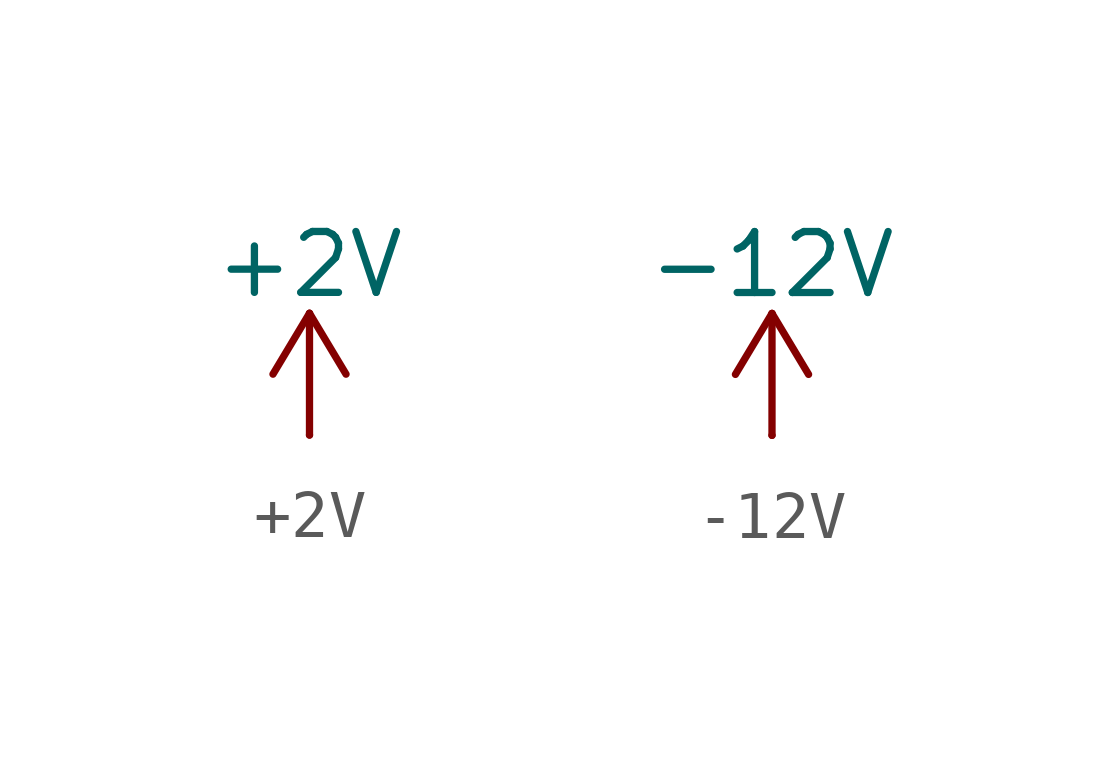
<source format=kicad_sym>
(kicad_symbol_lib
  (version 20241209)
  (generator "kicad_symbol_editor")
  (generator_version "9.0")
  (symbol "+2V"
    (power)
    (pin_numbers
      (hide yes))
    (pin_names
      (offset 0)
      (hide yes))
    (property "Reference" "#PWR"
      (at 0 -3.81 0)
      (effects (font (size 1.27 1.27)) (hide yes)))
    (property "Value" "+2V"
      (at 0 3.556 0)
      (effects (font (size 1.27 1.27))))
    (symbol "+2V_0_1"
      (polyline (pts (xy -0.762 1.27) (xy 0 2.54)) (stroke (width 0) (type default)) (fill (type none)))
      (polyline (pts (xy 0 2.54) (xy 0.762 1.27)) (stroke (width 0) (type default)) (fill (type none)))
      (polyline (pts (xy 0 0) (xy 0 2.54)) (stroke (width 0) (type default)) (fill (type none))))
    (symbol "+2V_1_1"
      (pin power_in line (at 0 0 90) (length 0) (name "~" (effects (font (size 1.27 1.27)))) (number "1" (effects (font (size 1.27 1.27)))))))
  (symbol "-12V"
    (power)
    (pin_numbers
      (hide yes))
    (pin_names
      (offset 0)
      (hide yes))
    (property "Reference" "#PWR"
      (at 0 -3.81 0)
      (effects (font (size 1.27 1.27)) (hide yes)))
    (property "Value" "-12V"
      (at 0 3.556 0)
      (effects (font (size 1.27 1.27))))
    (symbol "-12V_0_1"
      (polyline (pts (xy -0.762 1.27) (xy 0 2.54)) (stroke (width 0) (type default)) (fill (type none)))
      (polyline (pts (xy 0 2.54) (xy 0.762 1.27)) (stroke (width 0) (type default)) (fill (type none)))
      (polyline (pts (xy 0 0) (xy 0 2.54)) (stroke (width 0) (type default)) (fill (type none))))
    (symbol "-12V_1_1"
      (pin power_in line (at 0 0 90) (length 0) (name "~" (effects (font (size 1.27 1.27)))) (number "1" (effects (font (size 1.27 1.27))))))))
</source>
